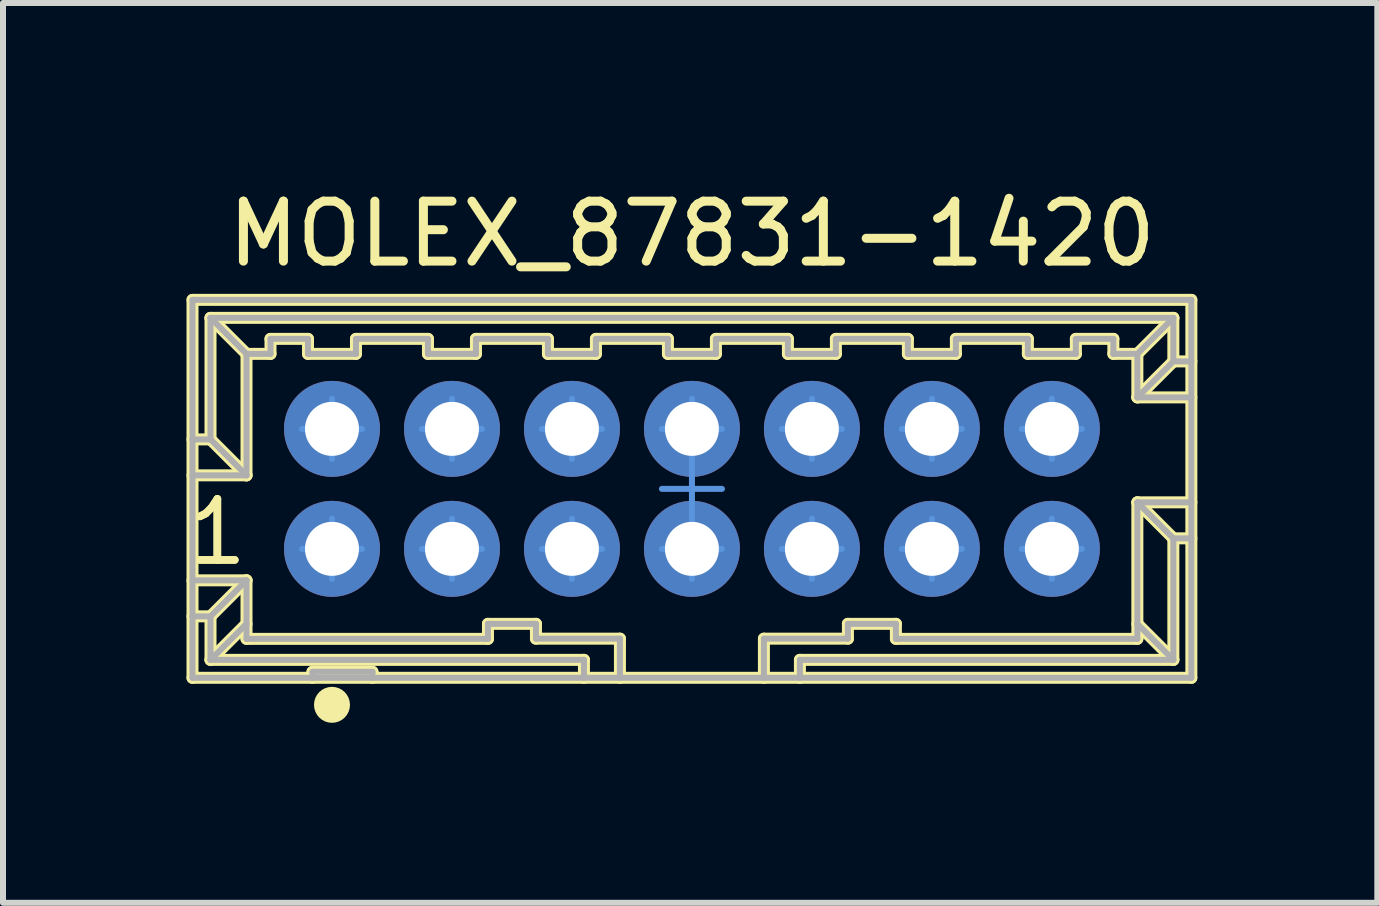
<source format=kicad_pcb>
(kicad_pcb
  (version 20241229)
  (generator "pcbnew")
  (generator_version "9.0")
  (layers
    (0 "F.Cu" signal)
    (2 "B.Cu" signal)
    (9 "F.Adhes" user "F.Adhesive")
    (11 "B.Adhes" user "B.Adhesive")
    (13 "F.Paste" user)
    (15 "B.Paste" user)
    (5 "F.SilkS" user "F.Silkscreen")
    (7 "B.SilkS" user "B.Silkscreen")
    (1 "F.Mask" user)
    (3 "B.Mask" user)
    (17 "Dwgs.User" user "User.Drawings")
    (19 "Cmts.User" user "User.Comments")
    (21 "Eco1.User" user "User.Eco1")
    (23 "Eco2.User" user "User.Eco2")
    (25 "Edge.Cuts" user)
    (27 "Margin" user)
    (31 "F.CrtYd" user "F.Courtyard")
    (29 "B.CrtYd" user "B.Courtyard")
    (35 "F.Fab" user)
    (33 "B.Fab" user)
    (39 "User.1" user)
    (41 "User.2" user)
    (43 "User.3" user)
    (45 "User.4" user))
  (footprint "MOLEX_87831-1420"
    (layer "F.Cu")
    (at 8.484 5.099)
    (property "Reference" "MOLEX_87831-1420" (at 0 -4.251 0) (layer "F.SilkS") (effects (font (size 1 1) (thickness 0.15))))
    (attr through_hole)
    (fp_line (start -8.325 -3.15) (end 8.325 -3.15) (stroke (width 0.2) (type solid)) (layer "F.SilkS"))
    (fp_line (start -8.325 -0.825) (end -8.025 -0.825) (stroke (width 0.2) (type solid)) (layer "F.SilkS"))
    (fp_line (start -8.325 -0.225) (end -7.425 -0.225) (stroke (width 0.2) (type solid)) (layer "F.SilkS"))
    (fp_line (start -8.325 1.525) (end -7.425 1.525) (stroke (width 0.2) (type solid)) (layer "F.SilkS"))
    (fp_line (start -8.325 2.125) (end -8.025 2.125) (stroke (width 0.2) (type solid)) (layer "F.SilkS"))
    (fp_line (start -8.325 3.15) (end -8.325 -3.15) (stroke (width 0.2) (type solid)) (layer "F.SilkS"))
    (fp_line (start -8.325 3.15) (end 8.325 3.15) (stroke (width 0.2) (type solid)) (layer "F.SilkS"))
    (fp_line (start -8.025 -2.85) (end -7.425 -2.25) (stroke (width 0.2) (type solid)) (layer "F.SilkS"))
    (fp_line (start -8.025 -2.85) (end 8.025 -2.85) (stroke (width 0.2) (type solid)) (layer "F.SilkS"))
    (fp_line (start -8.025 -0.825) (end -8.025 -2.85) (stroke (width 0.2) (type solid)) (layer "F.SilkS"))
    (fp_line (start -8.025 -0.825) (end -7.425 -0.225) (stroke (width 0.2) (type solid)) (layer "F.SilkS"))
    (fp_line (start -8.025 2.125) (end -7.425 1.525) (stroke (width 0.2) (type solid)) (layer "F.SilkS"))
    (fp_line (start -8.025 2.85) (end -8.025 2.125) (stroke (width 0.2) (type solid)) (layer "F.SilkS"))
    (fp_line (start -8.025 2.85) (end -7.425 2.25) (stroke (width 0.2) (type solid)) (layer "F.SilkS"))
    (fp_line (start -8.025 2.85) (end -1.8 2.85) (stroke (width 0.2) (type solid)) (layer "F.SilkS"))
    (fp_line (start -7.425 -2.25) (end -7.025 -2.25) (stroke (width 0.2) (type solid)) (layer "F.SilkS"))
    (fp_line (start -7.425 -0.225) (end -7.425 -2.25) (stroke (width 0.2) (type solid)) (layer "F.SilkS"))
    (fp_line (start -7.425 2.5) (end -7.425 1.525) (stroke (width 0.2) (type solid)) (layer "F.SilkS"))
    (fp_line (start -7.425 2.5) (end -3.4 2.5) (stroke (width 0.2) (type solid)) (layer "F.SilkS"))
    (fp_line (start -7.025 -2.5) (end -6.4 -2.5) (stroke (width 0.2) (type solid)) (layer "F.SilkS"))
    (fp_line (start -7.025 -2.25) (end -7.025 -2.5) (stroke (width 0.2) (type solid)) (layer "F.SilkS"))
    (fp_line (start -6.4 -2.25) (end -6.4 -2.5) (stroke (width 0.2) (type solid)) (layer "F.SilkS"))
    (fp_line (start -6.4 -2.25) (end -5.6 -2.25) (stroke (width 0.2) (type solid)) (layer "F.SilkS"))
    (fp_line (start -6.325 3.05) (end -5.325 3.05) (stroke (width 0.2) (type solid)) (layer "F.SilkS"))
    (fp_line (start -6.325 3.15) (end -6.325 3.05) (stroke (width 0.2) (type solid)) (layer "F.SilkS"))
    (fp_line (start -5.6 -2.5) (end -4.4 -2.5) (stroke (width 0.2) (type solid)) (layer "F.SilkS"))
    (fp_line (start -5.6 -2.25) (end -5.6 -2.5) (stroke (width 0.2) (type solid)) (layer "F.SilkS"))
    (fp_line (start -5.325 3.15) (end -5.325 3.05) (stroke (width 0.2) (type solid)) (layer "F.SilkS"))
    (fp_line (start -4.4 -2.25) (end -4.4 -2.5) (stroke (width 0.2) (type solid)) (layer "F.SilkS"))
    (fp_line (start -4.4 -2.25) (end -3.6 -2.25) (stroke (width 0.2) (type solid)) (layer "F.SilkS"))
    (fp_line (start -3.6 -2.5) (end -2.4 -2.5) (stroke (width 0.2) (type solid)) (layer "F.SilkS"))
    (fp_line (start -3.6 -2.25) (end -3.6 -2.5) (stroke (width 0.2) (type solid)) (layer "F.SilkS"))
    (fp_line (start -3.4 2.25) (end -2.6 2.25) (stroke (width 0.2) (type solid)) (layer "F.SilkS"))
    (fp_line (start -3.4 2.5) (end -3.4 2.25) (stroke (width 0.2) (type solid)) (layer "F.SilkS"))
    (fp_line (start -2.6 2.497) (end -2.6 2.25) (stroke (width 0.2) (type solid)) (layer "F.SilkS"))
    (fp_line (start -2.6 2.497) (end -1.2 2.497) (stroke (width 0.2) (type solid)) (layer "F.SilkS"))
    (fp_line (start -2.4 -2.25) (end -2.4 -2.5) (stroke (width 0.2) (type solid)) (layer "F.SilkS"))
    (fp_line (start -2.4 -2.25) (end -1.6 -2.25) (stroke (width 0.2) (type solid)) (layer "F.SilkS"))
    (fp_line (start -1.8 3.15) (end -1.8 2.85) (stroke (width 0.2) (type solid)) (layer "F.SilkS"))
    (fp_line (start -1.6 -2.5) (end -0.4 -2.5) (stroke (width 0.2) (type solid)) (layer "F.SilkS"))
    (fp_line (start -1.6 -2.25) (end -1.6 -2.5) (stroke (width 0.2) (type solid)) (layer "F.SilkS"))
    (fp_line (start -1.2 3.15) (end -1.2 2.497) (stroke (width 0.2) (type solid)) (layer "F.SilkS"))
    (fp_line (start -0.4 -2.25) (end -0.4 -2.5) (stroke (width 0.2) (type solid)) (layer "F.SilkS"))
    (fp_line (start -0.4 -2.25) (end 0.4 -2.25) (stroke (width 0.2) (type solid)) (layer "F.SilkS"))
    (fp_line (start 0.4 -2.5) (end 1.6 -2.5) (stroke (width 0.2) (type solid)) (layer "F.SilkS"))
    (fp_line (start 0.4 -2.25) (end 0.4 -2.5) (stroke (width 0.2) (type solid)) (layer "F.SilkS"))
    (fp_line (start 1.2 2.497) (end 2.6 2.497) (stroke (width 0.2) (type solid)) (layer "F.SilkS"))
    (fp_line (start 1.2 3.15) (end 1.2 2.497) (stroke (width 0.2) (type solid)) (layer "F.SilkS"))
    (fp_line (start 1.6 -2.25) (end 1.6 -2.5) (stroke (width 0.2) (type solid)) (layer "F.SilkS"))
    (fp_line (start 1.6 -2.25) (end 2.4 -2.25) (stroke (width 0.2) (type solid)) (layer "F.SilkS"))
    (fp_line (start 1.8 2.85) (end 8.025 2.85) (stroke (width 0.2) (type solid)) (layer "F.SilkS"))
    (fp_line (start 1.8 3.15) (end 1.8 2.85) (stroke (width 0.2) (type solid)) (layer "F.SilkS"))
    (fp_line (start 2.4 -2.5) (end 3.6 -2.5) (stroke (width 0.2) (type solid)) (layer "F.SilkS"))
    (fp_line (start 2.4 -2.25) (end 2.4 -2.5) (stroke (width 0.2) (type solid)) (layer "F.SilkS"))
    (fp_line (start 2.6 2.25) (end 3.4 2.25) (stroke (width 0.2) (type solid)) (layer "F.SilkS"))
    (fp_line (start 2.6 2.497) (end 2.6 2.25) (stroke (width 0.2) (type solid)) (layer "F.SilkS"))
    (fp_line (start 3.4 2.5) (end 3.4 2.25) (stroke (width 0.2) (type solid)) (layer "F.SilkS"))
    (fp_line (start 3.4 2.5) (end 7.425 2.5) (stroke (width 0.2) (type solid)) (layer "F.SilkS"))
    (fp_line (start 3.6 -2.25) (end 3.6 -2.5) (stroke (width 0.2) (type solid)) (layer "F.SilkS"))
    (fp_line (start 3.6 -2.25) (end 4.4 -2.25) (stroke (width 0.2) (type solid)) (layer "F.SilkS"))
    (fp_line (start 4.4 -2.5) (end 5.6 -2.5) (stroke (width 0.2) (type solid)) (layer "F.SilkS"))
    (fp_line (start 4.4 -2.25) (end 4.4 -2.5) (stroke (width 0.2) (type solid)) (layer "F.SilkS"))
    (fp_line (start 5.6 -2.25) (end 5.6 -2.5) (stroke (width 0.2) (type solid)) (layer "F.SilkS"))
    (fp_line (start 5.6 -2.25) (end 6.4 -2.25) (stroke (width 0.2) (type solid)) (layer "F.SilkS"))
    (fp_line (start 6.4 -2.5) (end 7.025 -2.5) (stroke (width 0.2) (type solid)) (layer "F.SilkS"))
    (fp_line (start 6.4 -2.25) (end 6.4 -2.5) (stroke (width 0.2) (type solid)) (layer "F.SilkS"))
    (fp_line (start 7.025 -2.25) (end 7.025 -2.5) (stroke (width 0.2) (type solid)) (layer "F.SilkS"))
    (fp_line (start 7.025 -2.25) (end 7.425 -2.25) (stroke (width 0.2) (type solid)) (layer "F.SilkS"))
    (fp_line (start 7.425 -2.25) (end 8.025 -2.85) (stroke (width 0.2) (type solid)) (layer "F.SilkS"))
    (fp_line (start 7.425 -1.525) (end 7.425 -2.25) (stroke (width 0.2) (type solid)) (layer "F.SilkS"))
    (fp_line (start 7.425 -1.525) (end 8.025 -2.125) (stroke (width 0.2) (type solid)) (layer "F.SilkS"))
    (fp_line (start 7.425 -1.525) (end 8.325 -1.525) (stroke (width 0.2) (type solid)) (layer "F.SilkS"))
    (fp_line (start 7.425 0.225) (end 8.025 0.825) (stroke (width 0.2) (type solid)) (layer "F.SilkS"))
    (fp_line (start 7.425 0.225) (end 8.325 0.225) (stroke (width 0.2) (type solid)) (layer "F.SilkS"))
    (fp_line (start 7.425 2.25) (end 8.025 2.85) (stroke (width 0.2) (type solid)) (layer "F.SilkS"))
    (fp_line (start 7.425 2.5) (end 7.425 0.225) (stroke (width 0.2) (type solid)) (layer "F.SilkS"))
    (fp_line (start 8.025 -2.125) (end 8.025 -2.85) (stroke (width 0.2) (type solid)) (layer "F.SilkS"))
    (fp_line (start 8.025 -2.125) (end 8.325 -2.125) (stroke (width 0.2) (type solid)) (layer "F.SilkS"))
    (fp_line (start 8.025 0.825) (end 8.325 0.825) (stroke (width 0.2) (type solid)) (layer "F.SilkS"))
    (fp_line (start 8.025 2.85) (end 8.025 0.825) (stroke (width 0.2) (type solid)) (layer "F.SilkS"))
    (fp_line (start 8.325 3.15) (end 8.325 -3.15) (stroke (width 0.2) (type solid)) (layer "F.SilkS"))
    (fp_circle (center -6 3.6) (end -5.85 3.6) (stroke (width 0.3) (type solid)) (fill no) (layer "F.SilkS"))
    (fp_line (start -6.5 -1) (end -6 -1) (stroke (width 0.1) (type solid)) (layer "Cmts.User"))
    (fp_line (start -6.5 1) (end -6 1) (stroke (width 0.1) (type solid)) (layer "Cmts.User"))
    (fp_line (start -6 -1) (end -6 -1.5) (stroke (width 0.1) (type solid)) (layer "Cmts.User"))
    (fp_line (start -6 -1) (end -5.5 -1) (stroke (width 0.1) (type solid)) (layer "Cmts.User"))
    (fp_line (start -6 -0.5) (end -6 -1) (stroke (width 0.1) (type solid)) (layer "Cmts.User"))
    (fp_line (start -6 1) (end -6 0.5) (stroke (width 0.1) (type solid)) (layer "Cmts.User"))
    (fp_line (start -6 1) (end -5.5 1) (stroke (width 0.1) (type solid)) (layer "Cmts.User"))
    (fp_line (start -6 1.5) (end -6 1) (stroke (width 0.1) (type solid)) (layer "Cmts.User"))
    (fp_line (start -4.5 -1) (end -4 -1) (stroke (width 0.1) (type solid)) (layer "Cmts.User"))
    (fp_line (start -4.5 1) (end -4 1) (stroke (width 0.1) (type solid)) (layer "Cmts.User"))
    (fp_line (start -4 -1) (end -4 -1.5) (stroke (width 0.1) (type solid)) (layer "Cmts.User"))
    (fp_line (start -4 -1) (end -3.5 -1) (stroke (width 0.1) (type solid)) (layer "Cmts.User"))
    (fp_line (start -4 -0.5) (end -4 -1) (stroke (width 0.1) (type solid)) (layer "Cmts.User"))
    (fp_line (start -4 1) (end -4 0.5) (stroke (width 0.1) (type solid)) (layer "Cmts.User"))
    (fp_line (start -4 1) (end -3.5 1) (stroke (width 0.1) (type solid)) (layer "Cmts.User"))
    (fp_line (start -4 1.5) (end -4 1) (stroke (width 0.1) (type solid)) (layer "Cmts.User"))
    (fp_line (start -2.5 -1) (end -2 -1) (stroke (width 0.1) (type solid)) (layer "Cmts.User"))
    (fp_line (start -2.5 1) (end -2 1) (stroke (width 0.1) (type solid)) (layer "Cmts.User"))
    (fp_line (start -2 -1) (end -2 -1.5) (stroke (width 0.1) (type solid)) (layer "Cmts.User"))
    (fp_line (start -2 -1) (end -1.5 -1) (stroke (width 0.1) (type solid)) (layer "Cmts.User"))
    (fp_line (start -2 -0.5) (end -2 -1) (stroke (width 0.1) (type solid)) (layer "Cmts.User"))
    (fp_line (start -2 1) (end -2 0.5) (stroke (width 0.1) (type solid)) (layer "Cmts.User"))
    (fp_line (start -2 1) (end -1.5 1) (stroke (width 0.1) (type solid)) (layer "Cmts.User"))
    (fp_line (start -2 1.5) (end -2 1) (stroke (width 0.1) (type solid)) (layer "Cmts.User"))
    (fp_line (start -0.5 -1) (end 0 -1) (stroke (width 0.1) (type solid)) (layer "Cmts.User"))
    (fp_line (start -0.5 0) (end 0 0) (stroke (width 0.1) (type solid)) (layer "Cmts.User"))
    (fp_line (start -0.5 1) (end 0 1) (stroke (width 0.1) (type solid)) (layer "Cmts.User"))
    (fp_line (start 0 -1) (end 0 -1.5) (stroke (width 0.1) (type solid)) (layer "Cmts.User"))
    (fp_line (start 0 -1) (end 0.5 -1) (stroke (width 0.1) (type solid)) (layer "Cmts.User"))
    (fp_line (start 0 -0.5) (end 0 -1) (stroke (width 0.1) (type solid)) (layer "Cmts.User"))
    (fp_line (start 0 0) (end 0 -0.5) (stroke (width 0.1) (type solid)) (layer "Cmts.User"))
    (fp_line (start 0 0) (end 0.5 0) (stroke (width 0.1) (type solid)) (layer "Cmts.User"))
    (fp_line (start 0 0.5) (end 0 0) (stroke (width 0.1) (type solid)) (layer "Cmts.User"))
    (fp_line (start 0 1) (end 0 0.5) (stroke (width 0.1) (type solid)) (layer "Cmts.User"))
    (fp_line (start 0 1) (end 0.5 1) (stroke (width 0.1) (type solid)) (layer "Cmts.User"))
    (fp_line (start 0 1.5) (end 0 1) (stroke (width 0.1) (type solid)) (layer "Cmts.User"))
    (fp_line (start 1.5 -1) (end 2 -1) (stroke (width 0.1) (type solid)) (layer "Cmts.User"))
    (fp_line (start 1.5 1) (end 2 1) (stroke (width 0.1) (type solid)) (layer "Cmts.User"))
    (fp_line (start 2 -1) (end 2 -1.5) (stroke (width 0.1) (type solid)) (layer "Cmts.User"))
    (fp_line (start 2 -1) (end 2.5 -1) (stroke (width 0.1) (type solid)) (layer "Cmts.User"))
    (fp_line (start 2 -0.5) (end 2 -1) (stroke (width 0.1) (type solid)) (layer "Cmts.User"))
    (fp_line (start 2 1) (end 2 0.5) (stroke (width 0.1) (type solid)) (layer "Cmts.User"))
    (fp_line (start 2 1) (end 2.5 1) (stroke (width 0.1) (type solid)) (layer "Cmts.User"))
    (fp_line (start 2 1.5) (end 2 1) (stroke (width 0.1) (type solid)) (layer "Cmts.User"))
    (fp_line (start 3.5 -1) (end 4 -1) (stroke (width 0.1) (type solid)) (layer "Cmts.User"))
    (fp_line (start 3.5 1) (end 4 1) (stroke (width 0.1) (type solid)) (layer "Cmts.User"))
    (fp_line (start 4 -1) (end 4 -1.5) (stroke (width 0.1) (type solid)) (layer "Cmts.User"))
    (fp_line (start 4 -1) (end 4.5 -1) (stroke (width 0.1) (type solid)) (layer "Cmts.User"))
    (fp_line (start 4 -0.5) (end 4 -1) (stroke (width 0.1) (type solid)) (layer "Cmts.User"))
    (fp_line (start 4 1) (end 4 0.5) (stroke (width 0.1) (type solid)) (layer "Cmts.User"))
    (fp_line (start 4 1) (end 4.5 1) (stroke (width 0.1) (type solid)) (layer "Cmts.User"))
    (fp_line (start 4 1.5) (end 4 1) (stroke (width 0.1) (type solid)) (layer "Cmts.User"))
    (fp_line (start 5.5 -1) (end 6 -1) (stroke (width 0.1) (type solid)) (layer "Cmts.User"))
    (fp_line (start 5.5 1) (end 6 1) (stroke (width 0.1) (type solid)) (layer "Cmts.User"))
    (fp_line (start 6 -1) (end 6 -1.5) (stroke (width 0.1) (type solid)) (layer "Cmts.User"))
    (fp_line (start 6 -1) (end 6.5 -1) (stroke (width 0.1) (type solid)) (layer "Cmts.User"))
    (fp_line (start 6 -0.5) (end 6 -1) (stroke (width 0.1) (type solid)) (layer "Cmts.User"))
    (fp_line (start 6 1) (end 6 0.5) (stroke (width 0.1) (type solid)) (layer "Cmts.User"))
    (fp_line (start 6 1) (end 6.5 1) (stroke (width 0.1) (type solid)) (layer "Cmts.User"))
    (fp_line (start 6 1.5) (end 6 1) (stroke (width 0.1) (type solid)) (layer "Cmts.User"))
    (fp_line (start -8.325 -3.15) (end 8.325 -3.15) (stroke (width 0.1) (type solid)) (layer "F.Fab"))
    (fp_line (start -8.325 -0.825) (end -8.025 -0.825) (stroke (width 0.1) (type solid)) (layer "F.Fab"))
    (fp_line (start -8.325 -0.225) (end -7.425 -0.225) (stroke (width 0.1) (type solid)) (layer "F.Fab"))
    (fp_line (start -8.325 1.525) (end -7.425 1.525) (stroke (width 0.1) (type solid)) (layer "F.Fab"))
    (fp_line (start -8.325 2.125) (end -8.025 2.125) (stroke (width 0.1) (type solid)) (layer "F.Fab"))
    (fp_line (start -8.325 3.15) (end -8.325 -3.15) (stroke (width 0.1) (type solid)) (layer "F.Fab"))
    (fp_line (start -8.325 3.15) (end 8.325 3.15) (stroke (width 0.1) (type solid)) (layer "F.Fab"))
    (fp_line (start -8.025 -2.85) (end -7.425 -2.25) (stroke (width 0.1) (type solid)) (layer "F.Fab"))
    (fp_line (start -8.025 -2.85) (end 8.025 -2.85) (stroke (width 0.1) (type solid)) (layer "F.Fab"))
    (fp_line (start -8.025 -0.825) (end -8.025 -2.85) (stroke (width 0.1) (type solid)) (layer "F.Fab"))
    (fp_line (start -8.025 -0.825) (end -7.425 -0.225) (stroke (width 0.1) (type solid)) (layer "F.Fab"))
    (fp_line (start -8.025 2.125) (end -7.425 1.525) (stroke (width 0.1) (type solid)) (layer "F.Fab"))
    (fp_line (start -8.025 2.85) (end -8.025 2.125) (stroke (width 0.1) (type solid)) (layer "F.Fab"))
    (fp_line (start -8.025 2.85) (end -7.425 2.25) (stroke (width 0.1) (type solid)) (layer "F.Fab"))
    (fp_line (start -8.025 2.85) (end -1.8 2.85) (stroke (width 0.1) (type solid)) (layer "F.Fab"))
    (fp_line (start -7.425 -2.25) (end -7.025 -2.25) (stroke (width 0.1) (type solid)) (layer "F.Fab"))
    (fp_line (start -7.425 -0.225) (end -7.425 -2.25) (stroke (width 0.1) (type solid)) (layer "F.Fab"))
    (fp_line (start -7.425 2.5) (end -7.425 1.525) (stroke (width 0.1) (type solid)) (layer "F.Fab"))
    (fp_line (start -7.425 2.5) (end -3.4 2.5) (stroke (width 0.1) (type solid)) (layer "F.Fab"))
    (fp_line (start -7.025 -2.5) (end -6.4 -2.5) (stroke (width 0.1) (type solid)) (layer "F.Fab"))
    (fp_line (start -7.025 -2.25) (end -7.025 -2.5) (stroke (width 0.1) (type solid)) (layer "F.Fab"))
    (fp_line (start -6.4 -2.25) (end -6.4 -2.5) (stroke (width 0.1) (type solid)) (layer "F.Fab"))
    (fp_line (start -6.4 -2.25) (end -5.6 -2.25) (stroke (width 0.1) (type solid)) (layer "F.Fab"))
    (fp_line (start -6.325 3.05) (end -5.325 3.05) (stroke (width 0.1) (type solid)) (layer "F.Fab"))
    (fp_line (start -6.325 3.15) (end -6.325 3.05) (stroke (width 0.1) (type solid)) (layer "F.Fab"))
    (fp_line (start -6.25 -1.25) (end -5.75 -1.25) (stroke (width 0.1) (type solid)) (layer "F.Fab"))
    (fp_line (start -6.25 -0.75) (end -6.25 -1.25) (stroke (width 0.1) (type solid)) (layer "F.Fab"))
    (fp_line (start -6.25 -0.75) (end -5.75 -0.75) (stroke (width 0.1) (type solid)) (layer "F.Fab"))
    (fp_line (start -6.25 0.75) (end -5.75 0.75) (stroke (width 0.1) (type solid)) (layer "F.Fab"))
    (fp_line (start -6.25 1.25) (end -6.25 0.75) (stroke (width 0.1) (type solid)) (layer "F.Fab"))
    (fp_line (start -6.25 1.25) (end -5.75 1.25) (stroke (width 0.1) (type solid)) (layer "F.Fab"))
    (fp_line (start -5.75 -0.75) (end -5.75 -1.25) (stroke (width 0.1) (type solid)) (layer "F.Fab"))
    (fp_line (start -5.75 1.25) (end -5.75 0.75) (stroke (width 0.1) (type solid)) (layer "F.Fab"))
    (fp_line (start -5.6 -2.5) (end -4.4 -2.5) (stroke (width 0.1) (type solid)) (layer "F.Fab"))
    (fp_line (start -5.6 -2.25) (end -5.6 -2.5) (stroke (width 0.1) (type solid)) (layer "F.Fab"))
    (fp_line (start -5.325 3.15) (end -5.325 3.05) (stroke (width 0.1) (type solid)) (layer "F.Fab"))
    (fp_line (start -4.4 -2.25) (end -4.4 -2.5) (stroke (width 0.1) (type solid)) (layer "F.Fab"))
    (fp_line (start -4.4 -2.25) (end -3.6 -2.25) (stroke (width 0.1) (type solid)) (layer "F.Fab"))
    (fp_line (start -4.25 -1.25) (end -3.75 -1.25) (stroke (width 0.1) (type solid)) (layer "F.Fab"))
    (fp_line (start -4.25 -0.75) (end -4.25 -1.25) (stroke (width 0.1) (type solid)) (layer "F.Fab"))
    (fp_line (start -4.25 -0.75) (end -3.75 -0.75) (stroke (width 0.1) (type solid)) (layer "F.Fab"))
    (fp_line (start -4.25 0.75) (end -3.75 0.75) (stroke (width 0.1) (type solid)) (layer "F.Fab"))
    (fp_line (start -4.25 1.25) (end -4.25 0.75) (stroke (width 0.1) (type solid)) (layer "F.Fab"))
    (fp_line (start -4.25 1.25) (end -3.75 1.25) (stroke (width 0.1) (type solid)) (layer "F.Fab"))
    (fp_line (start -3.75 -0.75) (end -3.75 -1.25) (stroke (width 0.1) (type solid)) (layer "F.Fab"))
    (fp_line (start -3.75 1.25) (end -3.75 0.75) (stroke (width 0.1) (type solid)) (layer "F.Fab"))
    (fp_line (start -3.6 -2.5) (end -2.4 -2.5) (stroke (width 0.1) (type solid)) (layer "F.Fab"))
    (fp_line (start -3.6 -2.25) (end -3.6 -2.5) (stroke (width 0.1) (type solid)) (layer "F.Fab"))
    (fp_line (start -3.4 2.25) (end -2.6 2.25) (stroke (width 0.1) (type solid)) (layer "F.Fab"))
    (fp_line (start -3.4 2.5) (end -3.4 2.25) (stroke (width 0.1) (type solid)) (layer "F.Fab"))
    (fp_line (start -2.6 2.497) (end -2.6 2.25) (stroke (width 0.1) (type solid)) (layer "F.Fab"))
    (fp_line (start -2.6 2.497) (end -1.2 2.497) (stroke (width 0.1) (type solid)) (layer "F.Fab"))
    (fp_line (start -2.4 -2.25) (end -2.4 -2.5) (stroke (width 0.1) (type solid)) (layer "F.Fab"))
    (fp_line (start -2.4 -2.25) (end -1.6 -2.25) (stroke (width 0.1) (type solid)) (layer "F.Fab"))
    (fp_line (start -2.25 -1.25) (end -1.75 -1.25) (stroke (width 0.1) (type solid)) (layer "F.Fab"))
    (fp_line (start -2.25 -0.75) (end -2.25 -1.25) (stroke (width 0.1) (type solid)) (layer "F.Fab"))
    (fp_line (start -2.25 -0.75) (end -1.75 -0.75) (stroke (width 0.1) (type solid)) (layer "F.Fab"))
    (fp_line (start -2.25 0.75) (end -1.75 0.75) (stroke (width 0.1) (type solid)) (layer "F.Fab"))
    (fp_line (start -2.25 1.25) (end -2.25 0.75) (stroke (width 0.1) (type solid)) (layer "F.Fab"))
    (fp_line (start -2.25 1.25) (end -1.75 1.25) (stroke (width 0.1) (type solid)) (layer "F.Fab"))
    (fp_line (start -1.8 3.15) (end -1.8 2.85) (stroke (width 0.1) (type solid)) (layer "F.Fab"))
    (fp_line (start -1.75 -0.75) (end -1.75 -1.25) (stroke (width 0.1) (type solid)) (layer "F.Fab"))
    (fp_line (start -1.75 1.25) (end -1.75 0.75) (stroke (width 0.1) (type solid)) (layer "F.Fab"))
    (fp_line (start -1.6 -2.5) (end -0.4 -2.5) (stroke (width 0.1) (type solid)) (layer "F.Fab"))
    (fp_line (start -1.6 -2.25) (end -1.6 -2.5) (stroke (width 0.1) (type solid)) (layer "F.Fab"))
    (fp_line (start -1.2 3.15) (end -1.2 2.497) (stroke (width 0.1) (type solid)) (layer "F.Fab"))
    (fp_line (start -0.4 -2.25) (end -0.4 -2.5) (stroke (width 0.1) (type solid)) (layer "F.Fab"))
    (fp_line (start -0.4 -2.25) (end 0.4 -2.25) (stroke (width 0.1) (type solid)) (layer "F.Fab"))
    (fp_line (start -0.25 -1.25) (end 0.25 -1.25) (stroke (width 0.1) (type solid)) (layer "F.Fab"))
    (fp_line (start -0.25 -0.75) (end -0.25 -1.25) (stroke (width 0.1) (type solid)) (layer "F.Fab"))
    (fp_line (start -0.25 -0.75) (end 0.25 -0.75) (stroke (width 0.1) (type solid)) (layer "F.Fab"))
    (fp_line (start -0.25 0.75) (end 0.25 0.75) (stroke (width 0.1) (type solid)) (layer "F.Fab"))
    (fp_line (start -0.25 1.25) (end -0.25 0.75) (stroke (width 0.1) (type solid)) (layer "F.Fab"))
    (fp_line (start -0.25 1.25) (end 0.25 1.25) (stroke (width 0.1) (type solid)) (layer "F.Fab"))
    (fp_line (start 0.25 -0.75) (end 0.25 -1.25) (stroke (width 0.1) (type solid)) (layer "F.Fab"))
    (fp_line (start 0.25 1.25) (end 0.25 0.75) (stroke (width 0.1) (type solid)) (layer "F.Fab"))
    (fp_line (start 0.4 -2.5) (end 1.6 -2.5) (stroke (width 0.1) (type solid)) (layer "F.Fab"))
    (fp_line (start 0.4 -2.25) (end 0.4 -2.5) (stroke (width 0.1) (type solid)) (layer "F.Fab"))
    (fp_line (start 1.2 2.497) (end 2.6 2.497) (stroke (width 0.1) (type solid)) (layer "F.Fab"))
    (fp_line (start 1.2 3.15) (end 1.2 2.497) (stroke (width 0.1) (type solid)) (layer "F.Fab"))
    (fp_line (start 1.6 -2.25) (end 1.6 -2.5) (stroke (width 0.1) (type solid)) (layer "F.Fab"))
    (fp_line (start 1.6 -2.25) (end 2.4 -2.25) (stroke (width 0.1) (type solid)) (layer "F.Fab"))
    (fp_line (start 1.75 -1.25) (end 2.25 -1.25) (stroke (width 0.1) (type solid)) (layer "F.Fab"))
    (fp_line (start 1.75 -0.75) (end 1.75 -1.25) (stroke (width 0.1) (type solid)) (layer "F.Fab"))
    (fp_line (start 1.75 -0.75) (end 2.25 -0.75) (stroke (width 0.1) (type solid)) (layer "F.Fab"))
    (fp_line (start 1.75 0.75) (end 2.25 0.75) (stroke (width 0.1) (type solid)) (layer "F.Fab"))
    (fp_line (start 1.75 1.25) (end 1.75 0.75) (stroke (width 0.1) (type solid)) (layer "F.Fab"))
    (fp_line (start 1.75 1.25) (end 2.25 1.25) (stroke (width 0.1) (type solid)) (layer "F.Fab"))
    (fp_line (start 1.8 2.85) (end 8.025 2.85) (stroke (width 0.1) (type solid)) (layer "F.Fab"))
    (fp_line (start 1.8 3.15) (end 1.8 2.85) (stroke (width 0.1) (type solid)) (layer "F.Fab"))
    (fp_line (start 2.25 -0.75) (end 2.25 -1.25) (stroke (width 0.1) (type solid)) (layer "F.Fab"))
    (fp_line (start 2.25 1.25) (end 2.25 0.75) (stroke (width 0.1) (type solid)) (layer "F.Fab"))
    (fp_line (start 2.4 -2.5) (end 3.6 -2.5) (stroke (width 0.1) (type solid)) (layer "F.Fab"))
    (fp_line (start 2.4 -2.25) (end 2.4 -2.5) (stroke (width 0.1) (type solid)) (layer "F.Fab"))
    (fp_line (start 2.6 2.25) (end 3.4 2.25) (stroke (width 0.1) (type solid)) (layer "F.Fab"))
    (fp_line (start 2.6 2.497) (end 2.6 2.25) (stroke (width 0.1) (type solid)) (layer "F.Fab"))
    (fp_line (start 3.4 2.5) (end 3.4 2.25) (stroke (width 0.1) (type solid)) (layer "F.Fab"))
    (fp_line (start 3.4 2.5) (end 7.425 2.5) (stroke (width 0.1) (type solid)) (layer "F.Fab"))
    (fp_line (start 3.6 -2.25) (end 3.6 -2.5) (stroke (width 0.1) (type solid)) (layer "F.Fab"))
    (fp_line (start 3.6 -2.25) (end 4.4 -2.25) (stroke (width 0.1) (type solid)) (layer "F.Fab"))
    (fp_line (start 3.75 -1.25) (end 4.25 -1.25) (stroke (width 0.1) (type solid)) (layer "F.Fab"))
    (fp_line (start 3.75 -0.75) (end 3.75 -1.25) (stroke (width 0.1) (type solid)) (layer "F.Fab"))
    (fp_line (start 3.75 -0.75) (end 4.25 -0.75) (stroke (width 0.1) (type solid)) (layer "F.Fab"))
    (fp_line (start 3.75 0.75) (end 4.25 0.75) (stroke (width 0.1) (type solid)) (layer "F.Fab"))
    (fp_line (start 3.75 1.25) (end 3.75 0.75) (stroke (width 0.1) (type solid)) (layer "F.Fab"))
    (fp_line (start 3.75 1.25) (end 4.25 1.25) (stroke (width 0.1) (type solid)) (layer "F.Fab"))
    (fp_line (start 4.25 -0.75) (end 4.25 -1.25) (stroke (width 0.1) (type solid)) (layer "F.Fab"))
    (fp_line (start 4.25 1.25) (end 4.25 0.75) (stroke (width 0.1) (type solid)) (layer "F.Fab"))
    (fp_line (start 4.4 -2.5) (end 5.6 -2.5) (stroke (width 0.1) (type solid)) (layer "F.Fab"))
    (fp_line (start 4.4 -2.25) (end 4.4 -2.5) (stroke (width 0.1) (type solid)) (layer "F.Fab"))
    (fp_line (start 5.6 -2.25) (end 5.6 -2.5) (stroke (width 0.1) (type solid)) (layer "F.Fab"))
    (fp_line (start 5.6 -2.25) (end 6.4 -2.25) (stroke (width 0.1) (type solid)) (layer "F.Fab"))
    (fp_line (start 5.75 -1.25) (end 6.25 -1.25) (stroke (width 0.1) (type solid)) (layer "F.Fab"))
    (fp_line (start 5.75 -0.75) (end 5.75 -1.25) (stroke (width 0.1) (type solid)) (layer "F.Fab"))
    (fp_line (start 5.75 -0.75) (end 6.25 -0.75) (stroke (width 0.1) (type solid)) (layer "F.Fab"))
    (fp_line (start 5.75 0.75) (end 6.25 0.75) (stroke (width 0.1) (type solid)) (layer "F.Fab"))
    (fp_line (start 5.75 1.25) (end 5.75 0.75) (stroke (width 0.1) (type solid)) (layer "F.Fab"))
    (fp_line (start 5.75 1.25) (end 6.25 1.25) (stroke (width 0.1) (type solid)) (layer "F.Fab"))
    (fp_line (start 6.25 -0.75) (end 6.25 -1.25) (stroke (width 0.1) (type solid)) (layer "F.Fab"))
    (fp_line (start 6.25 1.25) (end 6.25 0.75) (stroke (width 0.1) (type solid)) (layer "F.Fab"))
    (fp_line (start 6.4 -2.5) (end 7.025 -2.5) (stroke (width 0.1) (type solid)) (layer "F.Fab"))
    (fp_line (start 6.4 -2.25) (end 6.4 -2.5) (stroke (width 0.1) (type solid)) (layer "F.Fab"))
    (fp_line (start 7.025 -2.25) (end 7.025 -2.5) (stroke (width 0.1) (type solid)) (layer "F.Fab"))
    (fp_line (start 7.025 -2.25) (end 7.425 -2.25) (stroke (width 0.1) (type solid)) (layer "F.Fab"))
    (fp_line (start 7.425 -2.25) (end 8.025 -2.85) (stroke (width 0.1) (type solid)) (layer "F.Fab"))
    (fp_line (start 7.425 -1.525) (end 7.425 -2.25) (stroke (width 0.1) (type solid)) (layer "F.Fab"))
    (fp_line (start 7.425 -1.525) (end 8.025 -2.125) (stroke (width 0.1) (type solid)) (layer "F.Fab"))
    (fp_line (start 7.425 -1.525) (end 8.325 -1.525) (stroke (width 0.1) (type solid)) (layer "F.Fab"))
    (fp_line (start 7.425 0.225) (end 8.025 0.825) (stroke (width 0.1) (type solid)) (layer "F.Fab"))
    (fp_line (start 7.425 0.225) (end 8.325 0.225) (stroke (width 0.1) (type solid)) (layer "F.Fab"))
    (fp_line (start 7.425 2.25) (end 8.025 2.85) (stroke (width 0.1) (type solid)) (layer "F.Fab"))
    (fp_line (start 7.425 2.5) (end 7.425 0.225) (stroke (width 0.1) (type solid)) (layer "F.Fab"))
    (fp_line (start 8.025 -2.125) (end 8.025 -2.85) (stroke (width 0.1) (type solid)) (layer "F.Fab"))
    (fp_line (start 8.025 -2.125) (end 8.325 -2.125) (stroke (width 0.1) (type solid)) (layer "F.Fab"))
    (fp_line (start 8.025 0.825) (end 8.325 0.825) (stroke (width 0.1) (type solid)) (layer "F.Fab"))
    (fp_line (start 8.025 2.85) (end 8.025 0.825) (stroke (width 0.1) (type solid)) (layer "F.Fab"))
    (fp_line (start 8.325 3.15) (end 8.325 -3.15) (stroke (width 0.1) (type solid)) (layer "F.Fab"))
    (fp_text user "1" (at -7.911 0.721 0) (layer "F.SilkS") (effects (font (size 1.016 1.016) (thickness 0.127))))
    (fp_text user "1" (at -7.911 0.721 0) (layer "F.SilkS") (effects (font (size 1.016 1.016) (thickness 0.127))))
    (pad "1" thru_hole circle (at -6 1) (size 1.6 1.6) (drill 0.9) (layers "*.Cu" "*.Mask"))
    (pad "2" thru_hole circle (at -6 -1) (size 1.6 1.6) (drill 0.9) (layers "*.Cu" "*.Mask"))
    (pad "3" thru_hole circle (at -4 1) (size 1.6 1.6) (drill 0.9) (layers "*.Cu" "*.Mask"))
    (pad "4" thru_hole circle (at -4 -1) (size 1.6 1.6) (drill 0.9) (layers "*.Cu" "*.Mask"))
    (pad "5" thru_hole circle (at -2 1) (size 1.6 1.6) (drill 0.9) (layers "*.Cu" "*.Mask"))
    (pad "6" thru_hole circle (at -2 -1) (size 1.6 1.6) (drill 0.9) (layers "*.Cu" "*.Mask"))
    (pad "7" thru_hole circle (at 0 1) (size 1.6 1.6) (drill 0.9) (layers "*.Cu" "*.Mask"))
    (pad "8" thru_hole circle (at 0 -1) (size 1.6 1.6) (drill 0.9) (layers "*.Cu" "*.Mask"))
    (pad "9" thru_hole circle (at 2 1) (size 1.6 1.6) (drill 0.9) (layers "*.Cu" "*.Mask"))
    (pad "10" thru_hole circle (at 2 -1) (size 1.6 1.6) (drill 0.9) (layers "*.Cu" "*.Mask"))
    (pad "11" thru_hole circle (at 4 1) (size 1.6 1.6) (drill 0.9) (layers "*.Cu" "*.Mask"))
    (pad "12" thru_hole circle (at 4 -1) (size 1.6 1.6) (drill 0.9) (layers "*.Cu" "*.Mask"))
    (pad "13" thru_hole circle (at 6 1) (size 1.6 1.6) (drill 0.9) (layers "*.Cu" "*.Mask"))
    (pad "14" thru_hole circle (at 6 -1) (size 1.6 1.6) (drill 0.9) (layers "*.Cu" "*.Mask")))
  (gr_rect
    (start -3 -3)
    (end 19.909 11.999)
    (stroke (width 0.1) (type default))
    (fill no)
    (layer "Edge.Cuts")))
</source>
